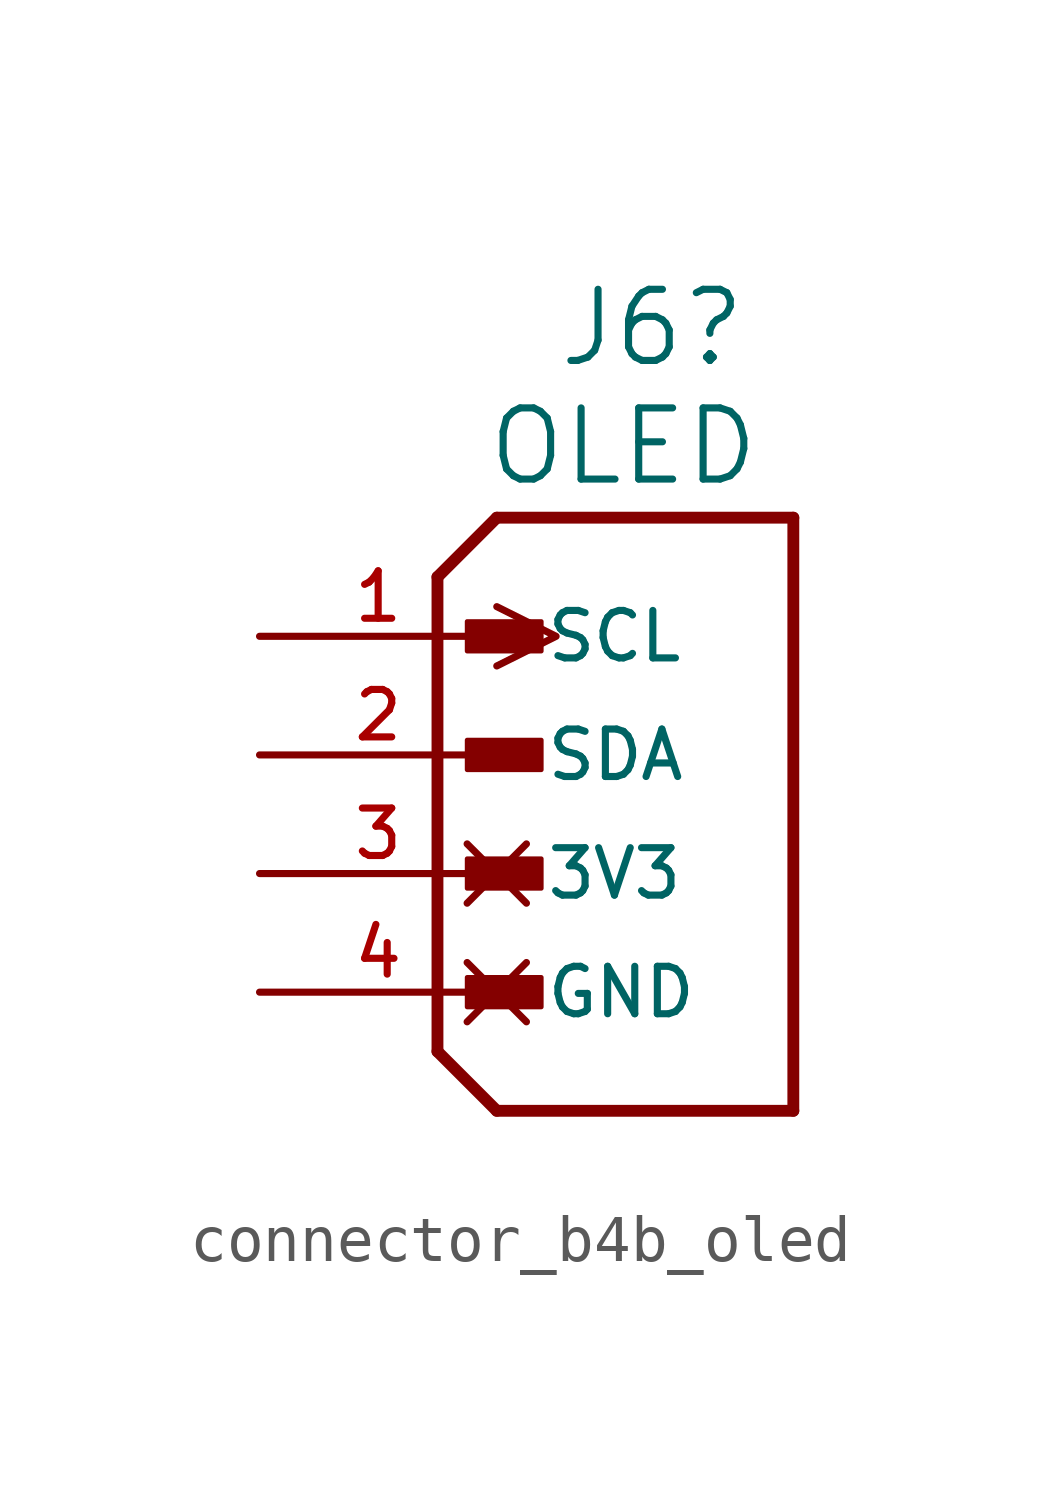
<source format=kicad_sym>
(kicad_symbol_lib
  (version 20241209)
  (generator "kicad_symbol_editor")
  (generator_version "9.0")
  (symbol "connector_b4b_oled"
    (pin_names
      (offset 1.016))
    (property "Reference" "J6"
      (at -1.27 9.144 0)
      (effects (font (size 1.524 1.524)) (justify left)))
    (property "Value" "OLED"
      (at -2.794 6.604 0)
      (effects (font (size 1.524 1.524)) (justify left)))
    (symbol "connector_b4b_oled_0_0"
      (polyline (pts (xy -3.81 3.81) (xy -3.81 -6.35)) (stroke (width 0.254) (type default)) (fill (type none)))
      (polyline (pts (xy -3.81 3.81) (xy -2.54 5.08)) (stroke (width 0.254) (type default)) (fill (type none)))
      (polyline (pts (xy -3.81 -6.35) (xy -2.54 -7.62)) (stroke (width 0.254) (type default)) (fill (type none)))
      (rectangle (start -3.175 2.223) (end -1.587 2.857) (stroke (width 0.1) (type default)) (fill (type outline)))
      (rectangle (start -3.175 -0.318) (end -1.587 0.318) (stroke (width 0.1) (type default)) (fill (type outline)))
      (rectangle (start -3.175 -2.857) (end -1.587 -2.223) (stroke (width 0.1) (type default)) (fill (type outline)))
      (rectangle (start -3.175 -5.397) (end -1.587 -4.763) (stroke (width 0.1) (type default)) (fill (type outline)))
      (polyline (pts (xy -2.54 -7.62) (xy 3.81 -7.62)) (stroke (width 0.254) (type default)) (fill (type none)))
      (polyline (pts (xy 3.81 5.08) (xy -2.54 5.08)) (stroke (width 0.254) (type default)) (fill (type none)))
      (polyline (pts (xy 3.81 -7.62) (xy 3.81 5.08)) (stroke (width 0.254) (type default)) (fill (type none))))
    (symbol "connector_b4b_oled_1_0"
      (pin bidirectional clock (at -7.62 2.54 0) (length 5.08) (name "SCL" (effects (font (size 1.016 1.016)))) (number "1" (effects (font (size 1.016 1.016)))))
      (pin bidirectional line (at -7.62 0 0) (length 5.08) (name "SDA" (effects (font (size 1.016 1.016)))) (number "2" (effects (font (size 1.016 1.016)))))
      (pin power_in non_logic (at -7.62 -2.54 0) (length 5.08) (name "3V3" (effects (font (size 1.016 1.016)))) (number "3" (effects (font (size 1.016 1.016)))))
      (pin power_in non_logic (at -7.62 -5.08 0) (length 5.08) (name "GND" (effects (font (size 1.016 1.016)))) (number "4" (effects (font (size 1.016 1.016))))))))
</source>
